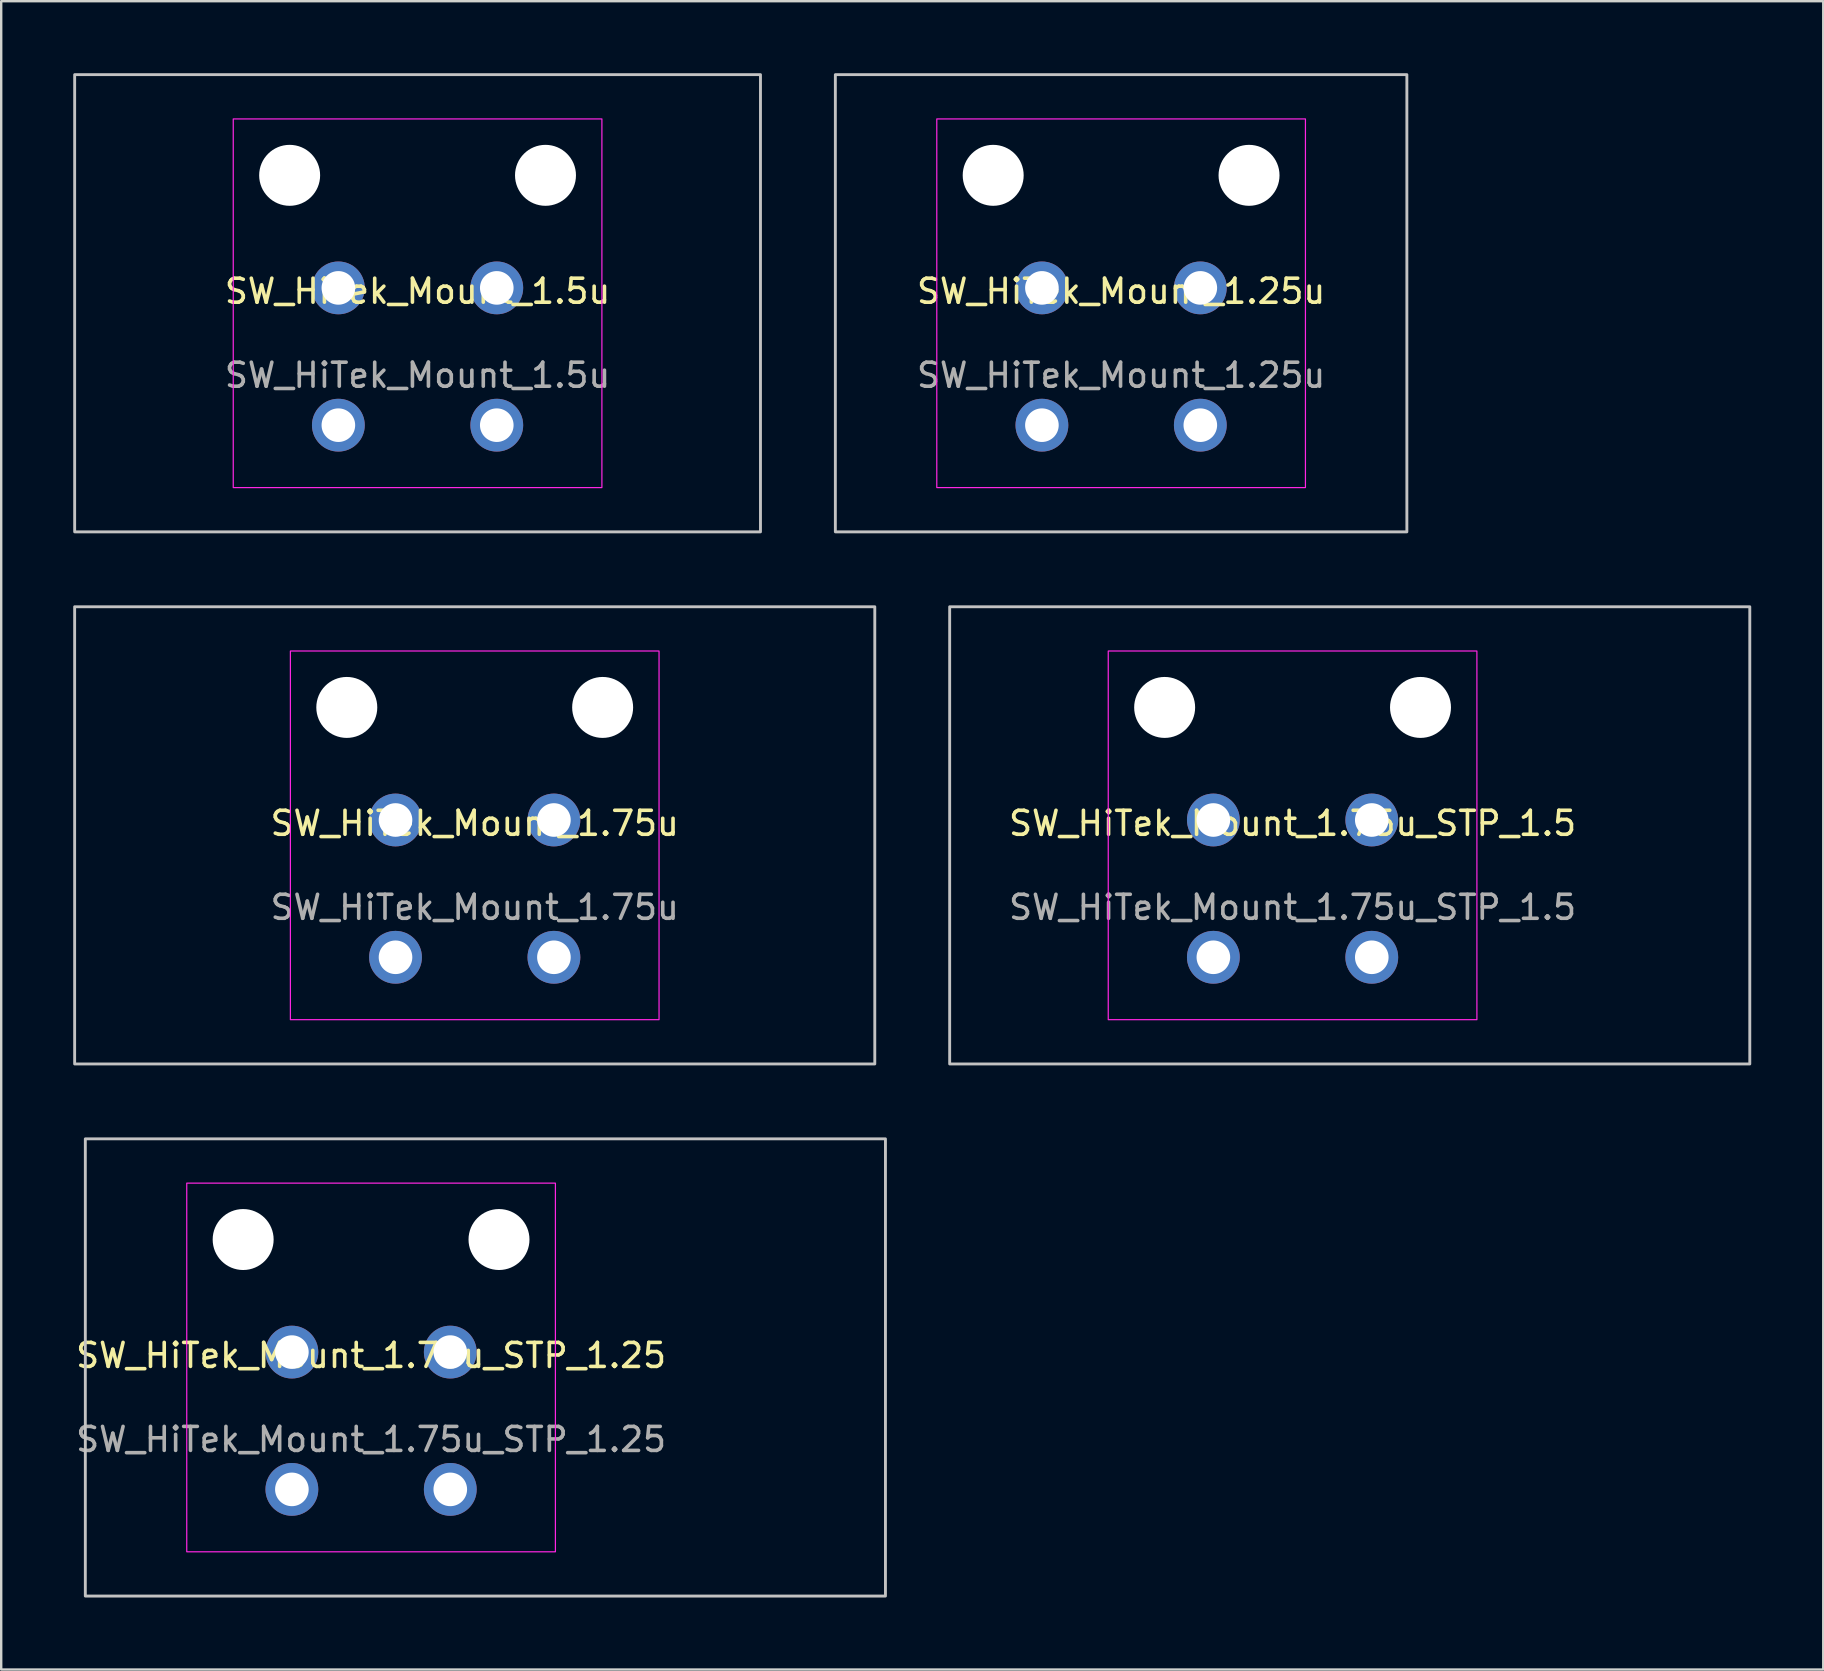
<source format=kicad_pcb>
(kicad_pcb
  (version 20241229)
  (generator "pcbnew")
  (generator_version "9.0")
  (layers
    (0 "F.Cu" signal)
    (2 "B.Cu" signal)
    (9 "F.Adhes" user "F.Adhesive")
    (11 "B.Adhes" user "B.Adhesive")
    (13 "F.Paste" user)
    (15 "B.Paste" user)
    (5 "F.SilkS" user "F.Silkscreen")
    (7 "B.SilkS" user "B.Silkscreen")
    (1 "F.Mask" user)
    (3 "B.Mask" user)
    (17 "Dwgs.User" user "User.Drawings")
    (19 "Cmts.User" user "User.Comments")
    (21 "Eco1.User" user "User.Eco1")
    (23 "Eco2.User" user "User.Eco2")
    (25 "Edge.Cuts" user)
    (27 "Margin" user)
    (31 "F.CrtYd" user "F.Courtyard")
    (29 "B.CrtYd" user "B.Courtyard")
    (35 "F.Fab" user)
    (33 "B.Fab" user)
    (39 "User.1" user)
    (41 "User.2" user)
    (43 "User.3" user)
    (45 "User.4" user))
  (footprint "SW_HiTek_Mount_1.75u_STP_1.25"
    (layer "F.Cu")
    (at 12.411 53.925)
    (property "Reference" "SW_HiTek_Mount_1.75u_STP_1.25" (at 0 -0.5 0) (unlocked yes) (layer "F.SilkS") (effects (font (size 1 1) (thickness 0.15))))
    (attr through_hole exclude_from_pos_files exclude_from_bom)
    (fp_rect (start -11.906 -9.525) (end 21.431 9.525) (stroke (width 0.12) (type solid)) (fill no) (layer "Dwgs.User"))
    (fp_line (start -7.81 7.31) (end -7.81 -7.31) (stroke (width 0.05) (type solid)) (layer "Eco2.User"))
    (fp_line (start -7.31 -7.81) (end 7.31 -7.81) (stroke (width 0.05) (type solid)) (layer "Eco2.User"))
    (fp_line (start 7.31 7.81) (end -7.31 7.81) (stroke (width 0.05) (type solid)) (layer "Eco2.User"))
    (fp_line (start 7.81 7.31) (end 7.81 -7.31) (stroke (width 0.05) (type solid)) (layer "Eco2.User"))
    (fp_arc (start -7.81 -7.31) (mid -7.663553 -7.663553) (end -7.31 -7.81) (stroke (width 0.05) (type solid)) (layer "Eco2.User"))
    (fp_arc (start -7.31 7.81) (mid -7.663553 7.663553) (end -7.81 7.31) (stroke (width 0.05) (type solid)) (layer "Eco2.User"))
    (fp_arc (start 7.31 -7.81) (mid 7.663553 -7.663553) (end 7.81 -7.31) (stroke (width 0.05) (type solid)) (layer "Eco2.User"))
    (fp_arc (start 7.81 7.31) (mid 7.663553 7.663553) (end 7.31 7.81) (stroke (width 0.05) (type solid)) (layer "Eco2.User"))
    (fp_rect (start -7.68 -7.68) (end 7.68 7.68) (stroke (width 0.05) (type solid)) (fill no) (layer "F.CrtYd"))
    (fp_text user "${REFERENCE}" (at 0 3 0) (layer "F.Fab") (effects (font (size 1 1) (thickness 0.15))))
    (pad "" np_thru_hole circle (at -5.33 -5.33) (size 2.54 2.54) (drill 2.54) (layers "*.Cu" "*.Mask"))
    (pad "" np_thru_hole circle (at 5.33 -5.33) (size 2.54 2.54) (drill 2.54) (layers "*.Cu" "*.Mask"))
    (pad "1" thru_hole circle (at -3.3 -0.64) (size 2.2 2.2) (drill 1.4) (layers "*.Cu" "B.Mask"))
    (pad "1" thru_hole circle (at -3.3 5.08) (size 2.2 2.2) (drill 1.4) (layers "*.Cu" "B.Mask"))
    (pad "2" thru_hole circle (at 3.3 -0.64) (size 2.2 2.2) (drill 1.4) (layers "*.Cu" "B.Mask"))
    (pad "2" thru_hole circle (at 3.3 5.08) (size 2.2 2.2) (drill 1.4) (layers "*.Cu" "B.Mask")))
  (footprint "SW_HiTek_Mount_1.25u"
    (layer "F.Cu")
    (at 43.661 9.585)
    (property "Reference" "SW_HiTek_Mount_1.25u" (at 0 -0.5 0) (unlocked yes) (layer "F.SilkS") (effects (font (size 1 1) (thickness 0.15))))
    (attr through_hole exclude_from_pos_files exclude_from_bom)
    (fp_rect (start -11.906 -9.525) (end 11.906 9.525) (stroke (width 0.12) (type solid)) (fill no) (layer "Dwgs.User"))
    (fp_line (start -7.81 7.31) (end -7.81 -7.31) (stroke (width 0.05) (type solid)) (layer "Eco2.User"))
    (fp_line (start -7.31 -7.81) (end 7.31 -7.81) (stroke (width 0.05) (type solid)) (layer "Eco2.User"))
    (fp_line (start 7.31 7.81) (end -7.31 7.81) (stroke (width 0.05) (type solid)) (layer "Eco2.User"))
    (fp_line (start 7.81 7.31) (end 7.81 -7.31) (stroke (width 0.05) (type solid)) (layer "Eco2.User"))
    (fp_arc (start -7.81 -7.31) (mid -7.663553 -7.663553) (end -7.31 -7.81) (stroke (width 0.05) (type solid)) (layer "Eco2.User"))
    (fp_arc (start -7.31 7.81) (mid -7.663553 7.663553) (end -7.81 7.31) (stroke (width 0.05) (type solid)) (layer "Eco2.User"))
    (fp_arc (start 7.31 -7.81) (mid 7.663553 -7.663553) (end 7.81 -7.31) (stroke (width 0.05) (type solid)) (layer "Eco2.User"))
    (fp_arc (start 7.81 7.31) (mid 7.663553 7.663553) (end 7.31 7.81) (stroke (width 0.05) (type solid)) (layer "Eco2.User"))
    (fp_rect (start -7.68 -7.68) (end 7.68 7.68) (stroke (width 0.05) (type solid)) (fill no) (layer "F.CrtYd"))
    (fp_text user "${REFERENCE}" (at 0 3 0) (layer "F.Fab") (effects (font (size 1 1) (thickness 0.15))))
    (pad "" np_thru_hole circle (at -5.33 -5.33) (size 2.54 2.54) (drill 2.54) (layers "*.Cu" "*.Mask"))
    (pad "" np_thru_hole circle (at 5.33 -5.33) (size 2.54 2.54) (drill 2.54) (layers "*.Cu" "*.Mask"))
    (pad "1" thru_hole circle (at -3.3 -0.64) (size 2.2 2.2) (drill 1.4) (layers "*.Cu" "B.Mask"))
    (pad "1" thru_hole circle (at -3.3 5.08) (size 2.2 2.2) (drill 1.4) (layers "*.Cu" "B.Mask"))
    (pad "2" thru_hole circle (at 3.3 -0.64) (size 2.2 2.2) (drill 1.4) (layers "*.Cu" "B.Mask"))
    (pad "2" thru_hole circle (at 3.3 5.08) (size 2.2 2.2) (drill 1.4) (layers "*.Cu" "B.Mask")))
  (footprint "SW_HiTek_Mount_1.75u"
    (layer "F.Cu")
    (at 16.729 31.755)
    (property "Reference" "SW_HiTek_Mount_1.75u" (at 0 -0.5 0) (unlocked yes) (layer "F.SilkS") (effects (font (size 1 1) (thickness 0.15))))
    (attr through_hole exclude_from_pos_files exclude_from_bom)
    (fp_rect (start -16.669 -9.525) (end 16.669 9.525) (stroke (width 0.12) (type solid)) (fill no) (layer "Dwgs.User"))
    (fp_line (start -7.81 7.31) (end -7.81 -7.31) (stroke (width 0.05) (type solid)) (layer "Eco2.User"))
    (fp_line (start -7.31 -7.81) (end 7.31 -7.81) (stroke (width 0.05) (type solid)) (layer "Eco2.User"))
    (fp_line (start 7.31 7.81) (end -7.31 7.81) (stroke (width 0.05) (type solid)) (layer "Eco2.User"))
    (fp_line (start 7.81 7.31) (end 7.81 -7.31) (stroke (width 0.05) (type solid)) (layer "Eco2.User"))
    (fp_arc (start -7.81 -7.31) (mid -7.663553 -7.663553) (end -7.31 -7.81) (stroke (width 0.05) (type solid)) (layer "Eco2.User"))
    (fp_arc (start -7.31 7.81) (mid -7.663553 7.663553) (end -7.81 7.31) (stroke (width 0.05) (type solid)) (layer "Eco2.User"))
    (fp_arc (start 7.31 -7.81) (mid 7.663553 -7.663553) (end 7.81 -7.31) (stroke (width 0.05) (type solid)) (layer "Eco2.User"))
    (fp_arc (start 7.81 7.31) (mid 7.663553 7.663553) (end 7.31 7.81) (stroke (width 0.05) (type solid)) (layer "Eco2.User"))
    (fp_rect (start -7.68 -7.68) (end 7.68 7.68) (stroke (width 0.05) (type solid)) (fill no) (layer "F.CrtYd"))
    (fp_text user "${REFERENCE}" (at 0 3 0) (layer "F.Fab") (effects (font (size 1 1) (thickness 0.15))))
    (pad "" np_thru_hole circle (at -5.33 -5.33) (size 2.54 2.54) (drill 2.54) (layers "*.Cu" "*.Mask"))
    (pad "" np_thru_hole circle (at 5.33 -5.33) (size 2.54 2.54) (drill 2.54) (layers "*.Cu" "*.Mask"))
    (pad "1" thru_hole circle (at -3.3 -0.64) (size 2.2 2.2) (drill 1.4) (layers "*.Cu" "B.Mask"))
    (pad "1" thru_hole circle (at -3.3 5.08) (size 2.2 2.2) (drill 1.4) (layers "*.Cu" "B.Mask"))
    (pad "2" thru_hole circle (at 3.3 -0.64) (size 2.2 2.2) (drill 1.4) (layers "*.Cu" "B.Mask"))
    (pad "2" thru_hole circle (at 3.3 5.08) (size 2.2 2.2) (drill 1.4) (layers "*.Cu" "B.Mask")))
  (footprint "SW_HiTek_Mount_1.5u"
    (layer "F.Cu")
    (at 14.348 9.585)
    (property "Reference" "SW_HiTek_Mount_1.5u" (at 0 -0.5 0) (unlocked yes) (layer "F.SilkS") (effects (font (size 1 1) (thickness 0.15))))
    (attr through_hole exclude_from_pos_files exclude_from_bom)
    (fp_rect (start -14.287 -9.525) (end 14.287 9.525) (stroke (width 0.12) (type solid)) (fill no) (layer "Dwgs.User"))
    (fp_line (start -7.81 7.31) (end -7.81 -7.31) (stroke (width 0.05) (type solid)) (layer "Eco2.User"))
    (fp_line (start -7.31 -7.81) (end 7.31 -7.81) (stroke (width 0.05) (type solid)) (layer "Eco2.User"))
    (fp_line (start 7.31 7.81) (end -7.31 7.81) (stroke (width 0.05) (type solid)) (layer "Eco2.User"))
    (fp_line (start 7.81 7.31) (end 7.81 -7.31) (stroke (width 0.05) (type solid)) (layer "Eco2.User"))
    (fp_arc (start -7.81 -7.31) (mid -7.663553 -7.663553) (end -7.31 -7.81) (stroke (width 0.05) (type solid)) (layer "Eco2.User"))
    (fp_arc (start -7.31 7.81) (mid -7.663553 7.663553) (end -7.81 7.31) (stroke (width 0.05) (type solid)) (layer "Eco2.User"))
    (fp_arc (start 7.31 -7.81) (mid 7.663553 -7.663553) (end 7.81 -7.31) (stroke (width 0.05) (type solid)) (layer "Eco2.User"))
    (fp_arc (start 7.81 7.31) (mid 7.663553 7.663553) (end 7.31 7.81) (stroke (width 0.05) (type solid)) (layer "Eco2.User"))
    (fp_rect (start -7.68 -7.68) (end 7.68 7.68) (stroke (width 0.05) (type solid)) (fill no) (layer "F.CrtYd"))
    (fp_text user "${REFERENCE}" (at 0 3 0) (layer "F.Fab") (effects (font (size 1 1) (thickness 0.15))))
    (pad "" np_thru_hole circle (at -5.33 -5.33) (size 2.54 2.54) (drill 2.54) (layers "*.Cu" "*.Mask"))
    (pad "" np_thru_hole circle (at 5.33 -5.33) (size 2.54 2.54) (drill 2.54) (layers "*.Cu" "*.Mask"))
    (pad "1" thru_hole circle (at -3.3 -0.64) (size 2.2 2.2) (drill 1.4) (layers "*.Cu" "B.Mask"))
    (pad "1" thru_hole circle (at -3.3 5.08) (size 2.2 2.2) (drill 1.4) (layers "*.Cu" "B.Mask"))
    (pad "2" thru_hole circle (at 3.3 -0.64) (size 2.2 2.2) (drill 1.4) (layers "*.Cu" "B.Mask"))
    (pad "2" thru_hole circle (at 3.3 5.08) (size 2.2 2.2) (drill 1.4) (layers "*.Cu" "B.Mask")))
  (footprint "SW_HiTek_Mount_1.75u_STP_1.5"
    (layer "F.Cu")
    (at 50.805 31.755)
    (property "Reference" "SW_HiTek_Mount_1.75u_STP_1.5" (at 0 -0.5 0) (unlocked yes) (layer "F.SilkS") (effects (font (size 1 1) (thickness 0.15))))
    (attr through_hole exclude_from_pos_files exclude_from_bom)
    (fp_rect (start -14.287 -9.525) (end 19.05 9.525) (stroke (width 0.12) (type solid)) (fill no) (layer "Dwgs.User"))
    (fp_line (start -7.81 7.31) (end -7.81 -7.31) (stroke (width 0.05) (type solid)) (layer "Eco2.User"))
    (fp_line (start -7.31 -7.81) (end 7.31 -7.81) (stroke (width 0.05) (type solid)) (layer "Eco2.User"))
    (fp_line (start 7.31 7.81) (end -7.31 7.81) (stroke (width 0.05) (type solid)) (layer "Eco2.User"))
    (fp_line (start 7.81 7.31) (end 7.81 -7.31) (stroke (width 0.05) (type solid)) (layer "Eco2.User"))
    (fp_arc (start -7.81 -7.31) (mid -7.663553 -7.663553) (end -7.31 -7.81) (stroke (width 0.05) (type solid)) (layer "Eco2.User"))
    (fp_arc (start -7.31 7.81) (mid -7.663553 7.663553) (end -7.81 7.31) (stroke (width 0.05) (type solid)) (layer "Eco2.User"))
    (fp_arc (start 7.31 -7.81) (mid 7.663553 -7.663553) (end 7.81 -7.31) (stroke (width 0.05) (type solid)) (layer "Eco2.User"))
    (fp_arc (start 7.81 7.31) (mid 7.663553 7.663553) (end 7.31 7.81) (stroke (width 0.05) (type solid)) (layer "Eco2.User"))
    (fp_rect (start -7.68 -7.68) (end 7.68 7.68) (stroke (width 0.05) (type solid)) (fill no) (layer "F.CrtYd"))
    (fp_text user "${REFERENCE}" (at 0 3 0) (layer "F.Fab") (effects (font (size 1 1) (thickness 0.15))))
    (pad "" np_thru_hole circle (at -5.33 -5.33) (size 2.54 2.54) (drill 2.54) (layers "*.Cu" "*.Mask"))
    (pad "" np_thru_hole circle (at 5.33 -5.33) (size 2.54 2.54) (drill 2.54) (layers "*.Cu" "*.Mask"))
    (pad "1" thru_hole circle (at -3.3 -0.64) (size 2.2 2.2) (drill 1.4) (layers "*.Cu" "B.Mask"))
    (pad "1" thru_hole circle (at -3.3 5.08) (size 2.2 2.2) (drill 1.4) (layers "*.Cu" "B.Mask"))
    (pad "2" thru_hole circle (at 3.3 -0.64) (size 2.2 2.2) (drill 1.4) (layers "*.Cu" "B.Mask"))
    (pad "2" thru_hole circle (at 3.3 5.08) (size 2.2 2.2) (drill 1.4) (layers "*.Cu" "B.Mask")))
  (gr_rect
    (start -3 -3)
    (end 72.915 66.51)
    (stroke (width 0.1) (type default))
    (fill no)
    (layer "Edge.Cuts")))
</source>
